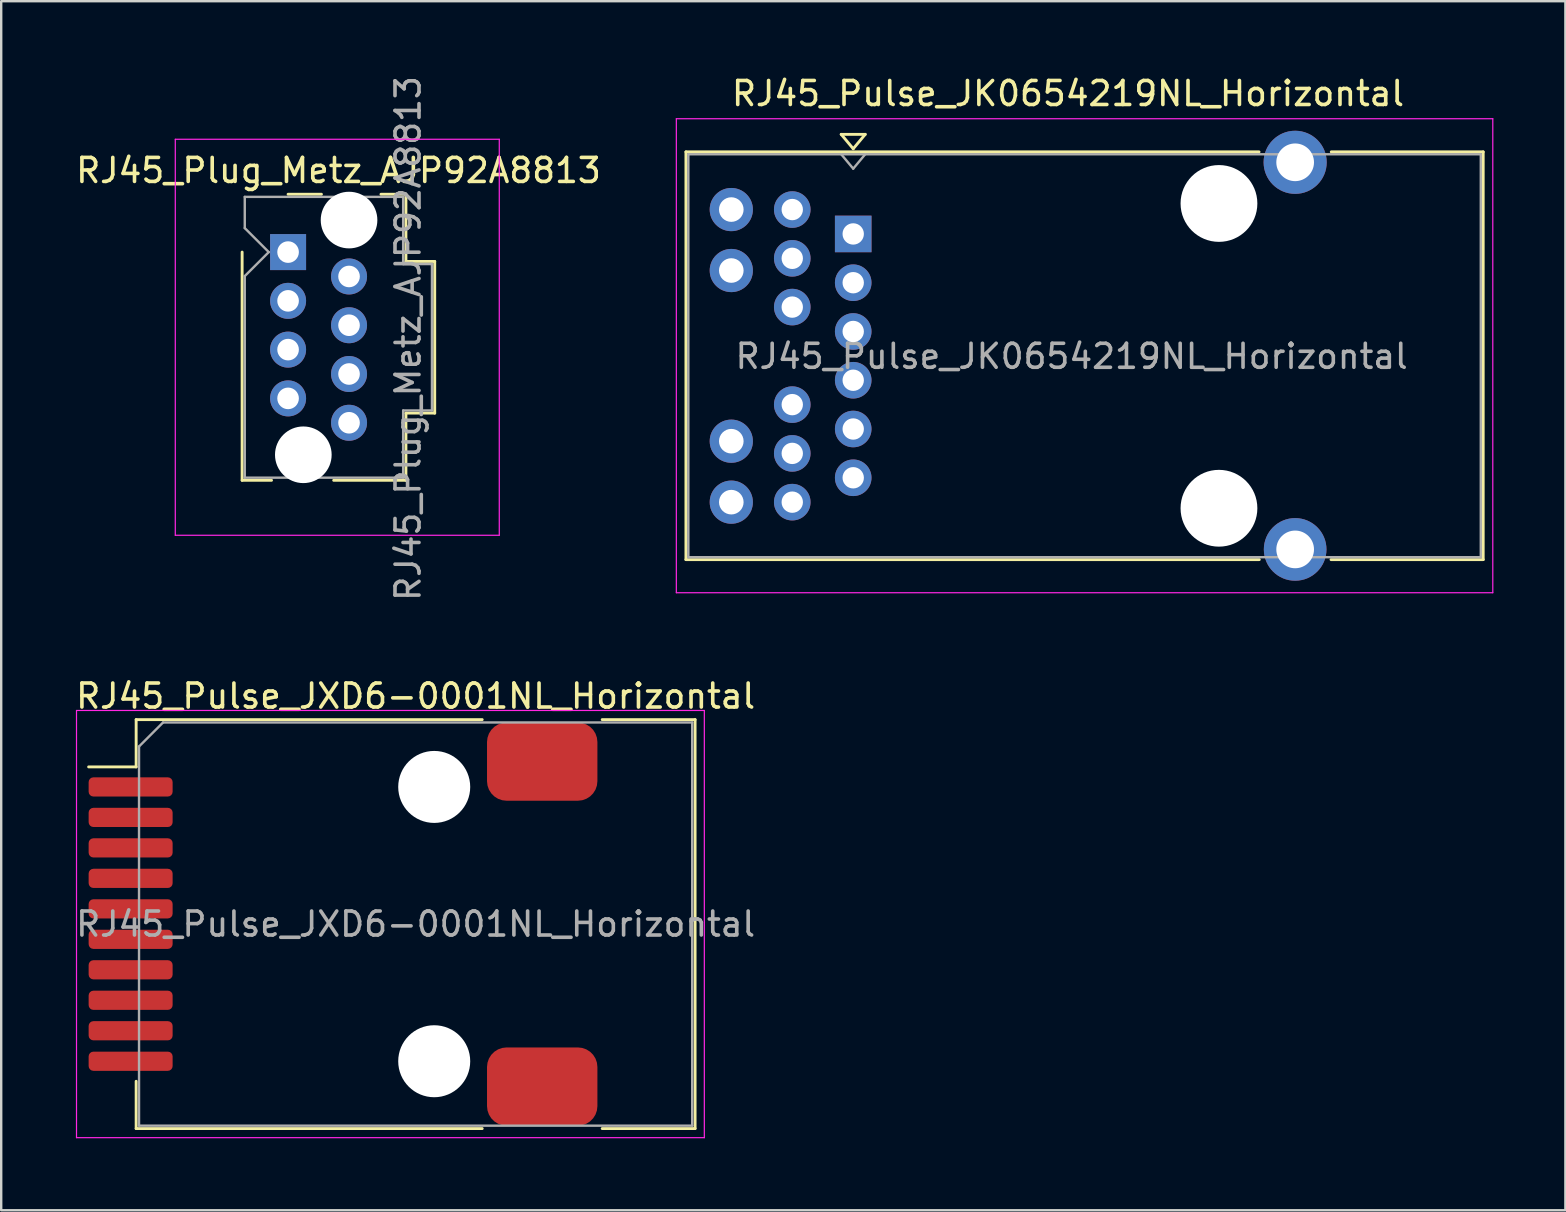
<source format=kicad_pcb>
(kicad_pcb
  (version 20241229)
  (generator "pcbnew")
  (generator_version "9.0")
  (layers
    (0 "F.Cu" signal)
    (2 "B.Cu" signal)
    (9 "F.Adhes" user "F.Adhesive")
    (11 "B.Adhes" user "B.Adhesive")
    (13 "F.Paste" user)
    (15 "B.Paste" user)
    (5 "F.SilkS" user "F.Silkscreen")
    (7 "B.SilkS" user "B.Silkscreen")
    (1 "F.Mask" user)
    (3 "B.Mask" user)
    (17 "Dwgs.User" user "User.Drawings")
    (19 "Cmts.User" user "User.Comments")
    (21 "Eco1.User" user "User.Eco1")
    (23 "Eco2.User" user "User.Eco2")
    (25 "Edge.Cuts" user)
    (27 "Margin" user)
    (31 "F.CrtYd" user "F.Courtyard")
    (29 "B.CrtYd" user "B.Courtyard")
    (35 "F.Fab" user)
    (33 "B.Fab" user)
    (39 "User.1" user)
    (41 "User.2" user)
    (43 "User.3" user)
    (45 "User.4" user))
  (footprint "RJ45_Pulse_JXD6-0001NL_Horizontal"
    (layer "F.Cu")
    (at 14.268 35.455)
    (property "Reference" "RJ45_Pulse_JXD6-0001NL_Horizontal" (at 0 -9.5 0) (layer "F.SilkS") (effects (font (size 1 1) (thickness 0.15))))
    (attr smd)
    (fp_line (start -11.645 -8.52) (end 2.775 -8.52) (stroke (width 0.12) (type solid)) (layer "F.SilkS"))
    (fp_line (start -11.645 -6.55) (end -13.625 -6.55) (stroke (width 0.12) (type solid)) (layer "F.SilkS"))
    (fp_line (start -11.645 -6.55) (end -11.645 -8.52) (stroke (width 0.12) (type solid)) (layer "F.SilkS"))
    (fp_line (start -11.645 6.55) (end -11.645 8.52) (stroke (width 0.12) (type solid)) (layer "F.SilkS"))
    (fp_line (start -11.645 8.52) (end 2.775 8.52) (stroke (width 0.12) (type solid)) (layer "F.SilkS"))
    (fp_line (start 7.775 -8.52) (end 11.645 -8.52) (stroke (width 0.12) (type solid)) (layer "F.SilkS"))
    (fp_line (start 7.775 8.52) (end 11.645 8.52) (stroke (width 0.12) (type solid)) (layer "F.SilkS"))
    (fp_line (start 11.645 -8.52) (end 11.645 8.52) (stroke (width 0.12) (type solid)) (layer "F.SilkS"))
    (fp_line (start -14.13 -8.9) (end -14.13 8.9) (stroke (width 0.05) (type solid)) (layer "F.CrtYd"))
    (fp_line (start 12.03 -8.9) (end -14.13 -8.9) (stroke (width 0.05) (type solid)) (layer "F.CrtYd"))
    (fp_line (start 12.03 -8.9) (end 12.03 8.9) (stroke (width 0.05) (type solid)) (layer "F.CrtYd"))
    (fp_line (start 12.03 8.9) (end -14.13 8.9) (stroke (width 0.05) (type solid)) (layer "F.CrtYd"))
    (fp_line (start -11.525 -7.4) (end -11.525 8.4) (stroke (width 0.1) (type solid)) (layer "F.Fab"))
    (fp_line (start -11.525 -7.4) (end -10.525 -8.4) (stroke (width 0.1) (type solid)) (layer "F.Fab"))
    (fp_line (start 11.525 -8.4) (end -10.525 -8.4) (stroke (width 0.1) (type solid)) (layer "F.Fab"))
    (fp_line (start 11.525 8.4) (end -11.525 8.4) (stroke (width 0.1) (type solid)) (layer "F.Fab"))
    (fp_line (start 11.525 8.4) (end 11.525 -8.4) (stroke (width 0.1) (type solid)) (layer "F.Fab"))
    (fp_text user "${REFERENCE}" (at 0 0 0) (layer "F.Fab") (effects (font (size 1 1) (thickness 0.15))))
    (pad "" np_thru_hole circle (at 0.775 -5.715) (size 3 3) (drill 3) (layers "*.Cu" "*.Mask"))
    (pad "" np_thru_hole circle (at 0.775 5.715) (size 3 3) (drill 3) (layers "*.Cu" "*.Mask"))
    (pad "1" smd roundrect (at -11.875 -5.715) (size 3.5 0.8) (layers "F.Cu" "F.Mask" "F.Paste") (roundrect_rratio 0.25))
    (pad "2" smd roundrect (at -11.875 -4.445) (size 3.5 0.8) (layers "F.Cu" "F.Mask" "F.Paste") (roundrect_rratio 0.25))
    (pad "3" smd roundrect (at -11.875 -3.175) (size 3.5 0.8) (layers "F.Cu" "F.Mask" "F.Paste") (roundrect_rratio 0.25))
    (pad "4" smd roundrect (at -11.875 -1.905) (size 3.5 0.8) (layers "F.Cu" "F.Mask" "F.Paste") (roundrect_rratio 0.25))
    (pad "5" smd roundrect (at -11.875 -0.635) (size 3.5 0.8) (layers "F.Cu" "F.Mask" "F.Paste") (roundrect_rratio 0.25))
    (pad "6" smd roundrect (at -11.875 0.635) (size 3.5 0.8) (layers "F.Cu" "F.Mask" "F.Paste") (roundrect_rratio 0.25))
    (pad "7" smd roundrect (at -11.875 1.905) (size 3.5 0.8) (layers "F.Cu" "F.Mask" "F.Paste") (roundrect_rratio 0.25))
    (pad "8" smd roundrect (at -11.875 3.175) (size 3.5 0.8) (layers "F.Cu" "F.Mask" "F.Paste") (roundrect_rratio 0.25))
    (pad "9" smd roundrect (at -11.875 4.445) (size 3.5 0.8) (layers "F.Cu" "F.Mask" "F.Paste") (roundrect_rratio 0.25))
    (pad "10" smd roundrect (at -11.875 5.715) (size 3.5 0.8) (layers "F.Cu" "F.Mask" "F.Paste") (roundrect_rratio 0.25))
    (pad "SH" smd roundrect (at 5.275 -6.77) (size 4.6 3.26) (layers "F.Cu" "F.Mask" "F.Paste") (roundrect_rratio 0.25))
    (pad "SH" smd roundrect (at 5.275 6.77) (size 4.6 3.26) (layers "F.Cu" "F.Mask" "F.Paste") (roundrect_rratio 0.25)))
  (footprint "RJ45_Plug_Metz_AJP92A8813"
    (layer "F.Cu")
    (at 8.954 7.454)
    (property "Reference" "RJ45_Plug_Metz_AJP92A8813" (at 2.1 -3.4 0) (layer "F.SilkS") (effects (font (size 1 1) (thickness 0.15))))
    (attr through_hole)
    (fp_line (start -1.915 9.51) (end -1.915 0) (stroke (width 0.12) (type solid)) (layer "F.SilkS"))
    (fp_line (start -1.915 9.51) (end -0.69 9.51) (stroke (width 0.12) (type solid)) (layer "F.SilkS"))
    (fp_line (start 1.39 -2.41) (end 0 -2.41) (stroke (width 0.12) (type solid)) (layer "F.SilkS"))
    (fp_line (start 4.91 -2.41) (end 3.87 -2.41) (stroke (width 0.12) (type solid)) (layer "F.SilkS"))
    (fp_line (start 4.91 -2.41) (end 4.91 0.39) (stroke (width 0.12) (type solid)) (layer "F.SilkS"))
    (fp_line (start 4.91 0.39) (end 6.11 0.39) (stroke (width 0.12) (type solid)) (layer "F.SilkS"))
    (fp_line (start 4.91 6.71) (end 4.91 9.51) (stroke (width 0.12) (type solid)) (layer "F.SilkS"))
    (fp_line (start 4.91 9.51) (end 1.9 9.51) (stroke (width 0.12) (type solid)) (layer "F.SilkS"))
    (fp_line (start 6.11 0.39) (end 6.11 6.71) (stroke (width 0.12) (type solid)) (layer "F.SilkS"))
    (fp_line (start 6.11 6.71) (end 4.91 6.71) (stroke (width 0.12) (type solid)) (layer "F.SilkS"))
    (fp_line (start -4.7 -4.7) (end -4.7 11.8) (stroke (width 0.05) (type solid)) (layer "F.CrtYd"))
    (fp_line (start -4.7 11.8) (end 8.8 11.8) (stroke (width 0.05) (type solid)) (layer "F.CrtYd"))
    (fp_line (start 8.8 -4.7) (end -4.7 -4.7) (stroke (width 0.05) (type solid)) (layer "F.CrtYd"))
    (fp_line (start 8.8 11.8) (end 8.8 -4.7) (stroke (width 0.05) (type solid)) (layer "F.CrtYd"))
    (fp_line (start -1.805 -2.3) (end 4.795 -2.3) (stroke (width 0.1) (type solid)) (layer "F.Fab"))
    (fp_line (start -1.805 -1) (end -1.805 -2.3) (stroke (width 0.1) (type solid)) (layer "F.Fab"))
    (fp_line (start -1.805 1) (end -0.805 0) (stroke (width 0.1) (type solid)) (layer "F.Fab"))
    (fp_line (start -1.805 9.4) (end -1.805 1) (stroke (width 0.1) (type solid)) (layer "F.Fab"))
    (fp_line (start -0.805 0) (end -1.805 -1) (stroke (width 0.1) (type solid)) (layer "F.Fab"))
    (fp_line (start 4.795 -2.3) (end 4.795 0.5) (stroke (width 0.1) (type solid)) (layer "F.Fab"))
    (fp_line (start 4.795 0.5) (end 5.995 0.5) (stroke (width 0.1) (type solid)) (layer "F.Fab"))
    (fp_line (start 4.795 6.6) (end 4.795 9.4) (stroke (width 0.1) (type solid)) (layer "F.Fab"))
    (fp_line (start 4.795 9.4) (end -1.805 9.4) (stroke (width 0.1) (type solid)) (layer "F.Fab"))
    (fp_line (start 5.995 0.5) (end 5.995 6.6) (stroke (width 0.1) (type solid)) (layer "F.Fab"))
    (fp_line (start 5.995 6.6) (end 4.795 6.6) (stroke (width 0.1) (type solid)) (layer "F.Fab"))
    (fp_text user "${REFERENCE}" (at 5 3.6 90) (layer "F.Fab") (effects (font (size 1 1) (thickness 0.15))))
    (pad "" np_thru_hole circle (at 0.635 8.446 270) (size 2.36 2.36) (drill 2.36) (layers "*.Cu" "*.Mask"))
    (pad "" np_thru_hole circle (at 2.54 -1.334 270) (size 2.36 2.36) (drill 2.36) (layers "*.Cu" "*.Mask"))
    (pad "1" thru_hole rect (at 0 0 270) (size 1.5 1.5) (drill 0.9) (layers "*.Cu" "*.Mask"))
    (pad "2" thru_hole circle (at 2.54 1.016 270) (size 1.5 1.5) (drill 0.9) (layers "*.Cu" "*.Mask"))
    (pad "3" thru_hole circle (at 0 2.032 270) (size 1.5 1.5) (drill 0.9) (layers "*.Cu" "*.Mask"))
    (pad "4" thru_hole circle (at 2.54 3.048 270) (size 1.5 1.5) (drill 0.9) (layers "*.Cu" "*.Mask"))
    (pad "5" thru_hole circle (at 0 4.064 270) (size 1.5 1.5) (drill 0.9) (layers "*.Cu" "*.Mask"))
    (pad "6" thru_hole circle (at 2.54 5.08 270) (size 1.5 1.5) (drill 0.9) (layers "*.Cu" "*.Mask"))
    (pad "7" thru_hole circle (at 0 6.096 270) (size 1.5 1.5) (drill 0.9) (layers "*.Cu" "*.Mask"))
    (pad "8" thru_hole circle (at 2.54 7.112 270) (size 1.5 1.5) (drill 0.9) (layers "*.Cu" "*.Mask")))
  (footprint "RJ45_Pulse_JK0654219NL_Horizontal"
    (layer "F.Cu")
    (at 32.502 6.698)
    (property "Reference" "RJ45_Pulse_JK0654219NL_Horizontal" (at 8.95 -5.85 180) (layer "F.SilkS") (effects (font (size 1 1) (thickness 0.15))))
    (attr through_hole)
    (fp_line (start -6.97 -3.42) (end 16.91 -3.42) (stroke (width 0.12) (type solid)) (layer "F.SilkS"))
    (fp_line (start -6.97 13.57) (end -6.97 -3.42) (stroke (width 0.12) (type solid)) (layer "F.SilkS"))
    (fp_line (start -0.5 -4.15) (end 0 -3.55) (stroke (width 0.12) (type solid)) (layer "F.SilkS"))
    (fp_line (start -0.5 -4.15) (end 0.5 -4.15) (stroke (width 0.12) (type solid)) (layer "F.SilkS"))
    (fp_line (start 0.5 -4.15) (end 0 -3.55) (stroke (width 0.12) (type solid)) (layer "F.SilkS"))
    (fp_line (start 16.92 13.57) (end -6.97 13.57) (stroke (width 0.12) (type solid)) (layer "F.SilkS"))
    (fp_line (start 26.25 -3.42) (end 19.92 -3.42) (stroke (width 0.12) (type solid)) (layer "F.SilkS"))
    (fp_line (start 26.25 13.57) (end 19.91 13.57) (stroke (width 0.12) (type solid)) (layer "F.SilkS"))
    (fp_line (start 26.25 13.57) (end 26.25 -3.42) (stroke (width 0.12) (type solid)) (layer "F.SilkS"))
    (fp_line (start -7.37 -4.8) (end 26.65 -4.8) (stroke (width 0.05) (type solid)) (layer "F.CrtYd"))
    (fp_line (start -7.37 14.95) (end -7.37 -4.8) (stroke (width 0.05) (type solid)) (layer "F.CrtYd"))
    (fp_line (start -7.37 14.95) (end 26.65 14.95) (stroke (width 0.05) (type solid)) (layer "F.CrtYd"))
    (fp_line (start 26.65 14.95) (end 26.65 -4.8) (stroke (width 0.05) (type solid)) (layer "F.CrtYd"))
    (fp_line (start -6.87 -3.32) (end -6.87 13.47) (stroke (width 0.1) (type solid)) (layer "F.Fab"))
    (fp_line (start -6.87 -3.32) (end 26.15 -3.32) (stroke (width 0.1) (type solid)) (layer "F.Fab"))
    (fp_line (start -6.87 13.47) (end 26.15 13.47) (stroke (width 0.1) (type solid)) (layer "F.Fab"))
    (fp_line (start -0.5 -3.32) (end 0 -2.72) (stroke (width 0.1) (type solid)) (layer "F.Fab"))
    (fp_line (start 0 -2.72) (end 0.5 -3.32) (stroke (width 0.1) (type solid)) (layer "F.Fab"))
    (fp_line (start 26.15 13.47) (end 26.15 -3.32) (stroke (width 0.1) (type solid)) (layer "F.Fab"))
    (fp_text user "${REFERENCE}" (at 9.1 5.1 180) (layer "F.Fab") (effects (font (size 1 1) (thickness 0.15))))
    (pad "" np_thru_hole circle (at 15.24 -1.27 180) (size 3.2 3.2) (drill 3.2) (layers "*.Cu" "*.Mask"))
    (pad "" np_thru_hole circle (at 15.24 11.43 180) (size 3.2 3.2) (drill 3.2) (layers "*.Cu" "*.Mask"))
    (pad "1" thru_hole rect (at 0 0 180) (size 1.524 1.524) (drill 0.89) (layers "*.Cu" "*.Mask"))
    (pad "2" thru_hole circle (at 0 2.032 180) (size 1.524 1.524) (drill 0.89) (layers "*.Cu" "*.Mask"))
    (pad "3" thru_hole circle (at 0 4.064 180) (size 1.524 1.524) (drill 0.89) (layers "*.Cu" "*.Mask"))
    (pad "4" thru_hole circle (at 0 6.096 180) (size 1.524 1.524) (drill 0.89) (layers "*.Cu" "*.Mask"))
    (pad "5" thru_hole circle (at 0 8.128 180) (size 1.524 1.524) (drill 0.89) (layers "*.Cu" "*.Mask"))
    (pad "6" thru_hole circle (at 0 10.16 180) (size 1.524 1.524) (drill 0.89) (layers "*.Cu" "*.Mask"))
    (pad "7" thru_hole circle (at -2.54 -1.016 180) (size 1.524 1.524) (drill 0.89) (layers "*.Cu" "*.Mask"))
    (pad "8" thru_hole circle (at -2.54 1.016 180) (size 1.524 1.524) (drill 0.89) (layers "*.Cu" "*.Mask"))
    (pad "9" thru_hole circle (at -2.54 3.048 180) (size 1.524 1.524) (drill 0.89) (layers "*.Cu" "*.Mask"))
    (pad "10" thru_hole circle (at -2.54 7.112 180) (size 1.524 1.524) (drill 0.89) (layers "*.Cu" "*.Mask"))
    (pad "11" thru_hole circle (at -2.54 9.144 180) (size 1.524 1.524) (drill 0.89) (layers "*.Cu" "*.Mask"))
    (pad "12" thru_hole circle (at -2.54 11.176 180) (size 1.524 1.524) (drill 0.89) (layers "*.Cu" "*.Mask"))
    (pad "13" thru_hole circle (at -5.08 -1.016 180) (size 1.8 1.8) (drill 1.025) (layers "*.Cu" "*.Mask"))
    (pad "14" thru_hole circle (at -5.08 1.524 180) (size 1.8 1.8) (drill 1.025) (layers "*.Cu" "*.Mask"))
    (pad "15" thru_hole circle (at -5.08 8.636 180) (size 1.8 1.8) (drill 1.025) (layers "*.Cu" "*.Mask"))
    (pad "16" thru_hole circle (at -5.08 11.176 180) (size 1.8 1.8) (drill 1.025) (layers "*.Cu" "*.Mask"))
    (pad "SH" thru_hole circle (at 18.415 -2.985 180) (size 2.63 2.63) (drill 1.57) (layers "*.Cu" "*.Mask"))
    (pad "SH" thru_hole circle (at 18.415 13.145 180) (size 2.61 2.61) (drill 1.57) (layers "*.Cu" "*.Mask")))
  (gr_rect
    (start -3 -3)
    (end 62.177 47.38)
    (stroke (width 0.1) (type default))
    (fill no)
    (layer "Edge.Cuts")))
</source>
